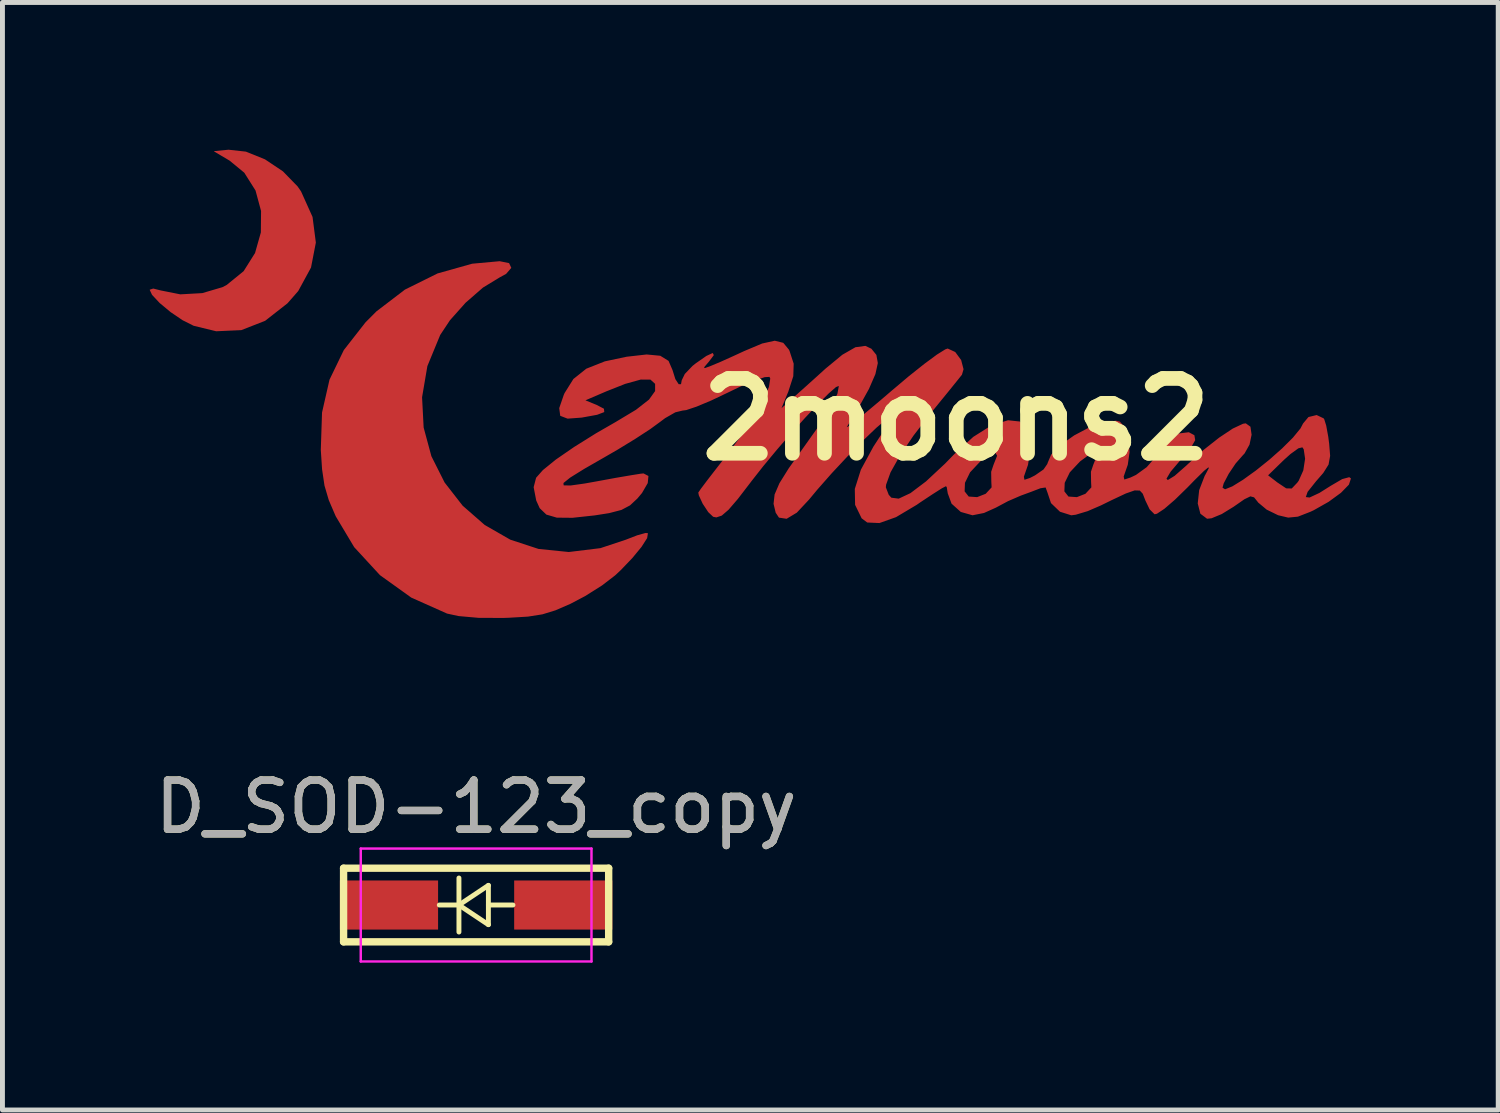
<source format=kicad_pcb>
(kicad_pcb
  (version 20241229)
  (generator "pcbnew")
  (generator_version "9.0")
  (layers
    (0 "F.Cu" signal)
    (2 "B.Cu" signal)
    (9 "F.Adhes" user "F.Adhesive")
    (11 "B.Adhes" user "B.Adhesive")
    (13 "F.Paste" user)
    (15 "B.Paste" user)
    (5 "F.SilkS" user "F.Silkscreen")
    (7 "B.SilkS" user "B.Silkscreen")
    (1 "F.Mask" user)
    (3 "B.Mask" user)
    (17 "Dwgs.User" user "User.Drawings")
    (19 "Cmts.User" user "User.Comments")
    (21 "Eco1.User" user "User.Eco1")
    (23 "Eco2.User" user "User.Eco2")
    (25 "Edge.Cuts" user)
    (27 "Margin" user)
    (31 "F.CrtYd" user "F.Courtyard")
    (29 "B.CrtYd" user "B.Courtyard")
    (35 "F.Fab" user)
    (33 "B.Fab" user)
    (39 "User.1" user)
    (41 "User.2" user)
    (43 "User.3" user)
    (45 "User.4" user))
  (footprint "D_SOD-123_copy"
    (layer "F.Cu")
    (at 6.649 15.386)
    (property "Reference" "D_SOD-123_copy" (at 0 -2 0) (layer "F.SilkS") (effects (font (size 1 1) (thickness 0.15))))
    (attr smd)
    (fp_line (start -2.7 -0.75) (end -2.7 0.75) (stroke (width 0.15) (type solid)) (layer "F.SilkS"))
    (fp_line (start -2.7 -0.75) (end 2.7 -0.75) (stroke (width 0.15) (type solid)) (layer "F.SilkS"))
    (fp_line (start -2.7 0.75) (end 2.7 0.75) (stroke (width 0.15) (type solid)) (layer "F.SilkS"))
    (fp_line (start -0.75 0) (end -0.35 0) (stroke (width 0.1) (type solid)) (layer "F.SilkS"))
    (fp_line (start -0.35 0) (end -0.35 -0.55) (stroke (width 0.1) (type solid)) (layer "F.SilkS"))
    (fp_line (start -0.35 0) (end -0.35 0.55) (stroke (width 0.1) (type solid)) (layer "F.SilkS"))
    (fp_line (start -0.35 0) (end 0.25 -0.4) (stroke (width 0.1) (type solid)) (layer "F.SilkS"))
    (fp_line (start 0.25 -0.4) (end 0.25 0.4) (stroke (width 0.1) (type solid)) (layer "F.SilkS"))
    (fp_line (start 0.25 0) (end 0.75 0) (stroke (width 0.1) (type solid)) (layer "F.SilkS"))
    (fp_line (start 0.25 0.4) (end -0.35 0) (stroke (width 0.1) (type solid)) (layer "F.SilkS"))
    (fp_line (start 2.7 -0.75) (end 2.7 0.75) (stroke (width 0.15) (type solid)) (layer "F.SilkS"))
    (fp_line (start -2.35 -1.15) (end -2.35 1.15) (stroke (width 0.05) (type solid)) (layer "F.CrtYd"))
    (fp_line (start -2.35 -1.15) (end 2.35 -1.15) (stroke (width 0.05) (type solid)) (layer "F.CrtYd"))
    (fp_line (start 2.35 -1.15) (end 2.35 1.15) (stroke (width 0.05) (type solid)) (layer "F.CrtYd"))
    (fp_line (start 2.35 1.15) (end -2.35 1.15) (stroke (width 0.05) (type solid)) (layer "F.CrtYd"))
    (fp_text user "${REFERENCE}" (at 0 -2 0) (layer "F.Fab") (effects (font (size 1 1) (thickness 0.15))))
    (pad "1" smd rect (at -1.775 0) (size 2 1) (layers "F.Cu" "F.Mask" "F.Paste"))
    (pad "2" smd rect (at 1.775 0) (size 2 1) (layers "F.Cu" "F.Mask" "F.Paste")))
  (footprint "2moons2"
    (layer "F.Cu")
    (at 16.43 5.494)
    (property "Reference" "2moons2" (at 0 0 0) (layer "F.SilkS") (effects (font (size 1.524 1.524) (thickness 0.3))))
    (attr through_hole)
    (pad "1" smd custom (at -13.716 -3.81) (size 0.5 0.5) (layers "F.Cu" "F.Mask" "F.Paste") (options (anchor circle)) (primitives (gr_poly (pts (xy -0.755 -1.64) (xy -0.369 -1.484) (xy -0.003 -1.239) (xy 0.294 -0.934) (xy 0.364 -0.833) (xy 0.598 -0.313) (xy 0.665 0.208) (xy 0.567 0.714) (xy 0.307 1.192) (xy 0.089 1.441) (xy -0.366 1.797) (xy -0.849 1.986) (xy -1.36 2.009) (xy -1.819 1.897) (xy -2.042 1.785) (xy -2.287 1.619) (xy -2.508 1.435) (xy -2.663 1.269) (xy -2.709 1.171) (xy -2.642 1.149) (xy -2.492 1.187) (xy -2.091 1.267) (xy -1.643 1.242) (xy -1.232 1.121) (xy -1.145 1.076) (xy -0.797 0.793) (xy -0.564 0.422) (xy -0.445 0.001) (xy -0.441 -0.437) (xy -0.554 -0.855) (xy -0.784 -1.219) (xy -1.084 -1.466) (xy -1.397 -1.651) (xy -1.108 -1.679) (xy -0.755 -1.64)) (width 0.01) (fill yes))))
    (pad "1" smd custom (at -11.227 -1.575) (size 0.5 0.5) (layers "F.Cu" "F.Mask" "F.Paste") (options (anchor circle)) (primitives (gr_poly (pts (xy 2.114 -1.605) (xy 2.157 -1.513) (xy 2.053 -1.393) (xy 1.921 -1.321) (xy 1.583 -1.115) (xy 1.228 -0.806) (xy 0.909 -0.448) (xy 0.71 -0.148) (xy 0.448 0.488) (xy 0.34 1.123) (xy 0.372 1.741) (xy 0.53 2.326) (xy 0.8 2.863) (xy 1.168 3.336) (xy 1.619 3.73) (xy 2.14 4.029) (xy 2.716 4.218) (xy 3.334 4.281) (xy 3.979 4.202) (xy 4.494 4.031) (xy 4.73 3.94) (xy 4.895 3.894) (xy 4.94 3.896) (xy 4.925 3.991) (xy 4.811 4.169) (xy 4.624 4.396) (xy 4.388 4.642) (xy 4.277 4.746) (xy 4.009 4.952) (xy 3.665 5.169) (xy 3.363 5.328) (xy 3.061 5.459) (xy 2.794 5.541) (xy 2.501 5.587) (xy 2.117 5.61) (xy 1.998 5.614) (xy 1.497 5.612) (xy 1.09 5.576) (xy 0.855 5.525) (xy 0.127 5.2) (xy -0.509 4.744) (xy -1.034 4.174) (xy -1.41 3.545) (xy -1.551 3.217) (xy -1.638 2.922) (xy -1.687 2.592) (xy -1.713 2.197) (xy -1.688 1.435) (xy -1.536 0.767) (xy -1.245 0.165) (xy -0.803 -0.4) (xy -0.583 -0.621) (xy -0.002 -1.065) (xy 0.662 -1.394) (xy 1.366 -1.592) (xy 1.925 -1.643) (xy 2.114 -1.605)) (width 0.01) (fill yes))))
    (pad "1" smd custom (at -3.912 -1.219) (size 0.5 0.5) (layers "F.Cu" "F.Mask" "F.Paste") (options (anchor circle)) (primitives (gr_poly (pts (xy 0.385 -0.337) (xy 0.499 -0.199) (xy 0.511 -0.174) (xy 0.595 0.084) (xy 0.587 0.338) (xy 0.484 0.657) (xy 0.474 0.68) (xy 0.339 1.008) (xy 0.58 0.793) (xy 0.772 0.621) (xy 1.029 0.39) (xy 1.251 0.189) (xy 1.595 -0.095) (xy 1.86 -0.247) (xy 2.06 -0.274) (xy 2.18 -0.217) (xy 2.28 -0.093) (xy 2.309 0.071) (xy 2.26 0.294) (xy 2.128 0.597) (xy 1.904 1) (xy 1.672 1.383) (xy 1.706 1.372) (xy 1.847 1.266) (xy 2.077 1.08) (xy 2.377 0.828) (xy 2.594 0.642) (xy 2.947 0.344) (xy 3.265 0.091) (xy 3.521 -0.098) (xy 3.691 -0.204) (xy 3.737 -0.22) (xy 3.888 -0.15) (xy 4.007 0.012) (xy 4.055 0.196) (xy 4.023 0.306) (xy 3.936 0.415) (xy 3.769 0.622) (xy 3.549 0.892) (xy 3.386 1.092) (xy 3.038 1.544) (xy 2.761 1.952) (xy 2.569 2.294) (xy 2.478 2.546) (xy 2.472 2.602) (xy 2.532 2.757) (xy 2.587 2.818) (xy 2.74 2.838) (xy 2.981 2.725) (xy 3.299 2.485) (xy 3.686 2.124) (xy 3.869 1.936) (xy 4.262 1.578) (xy 4.634 1.343) (xy 4.967 1.241) (xy 5.209 1.267) (xy 5.315 1.388) (xy 5.384 1.614) (xy 5.405 1.886) (xy 5.369 2.141) (xy 5.355 2.181) (xy 5.284 2.385) (xy 5.297 2.455) (xy 5.415 2.416) (xy 5.52 2.362) (xy 5.693 2.242) (xy 5.774 2.125) (xy 5.774 2.116) (xy 5.849 1.939) (xy 6.044 1.741) (xy 6.316 1.549) (xy 6.622 1.387) (xy 6.92 1.279) (xy 7.166 1.251) (xy 7.241 1.267) (xy 7.347 1.388) (xy 7.416 1.614) (xy 7.437 1.886) (xy 7.401 2.141) (xy 7.387 2.181) (xy 7.317 2.382) (xy 7.332 2.45) (xy 7.461 2.408) (xy 7.575 2.354) (xy 7.795 2.195) (xy 7.999 1.961) (xy 8.043 1.891) (xy 8.231 1.652) (xy 8.446 1.51) (xy 8.648 1.485) (xy 8.758 1.544) (xy 8.774 1.641) (xy 8.679 1.806) (xy 8.49 2.027) (xy 8.275 2.28) (xy 8.188 2.427) (xy 8.22 2.46) (xy 8.362 2.373) (xy 8.605 2.16) (xy 8.634 2.132) (xy 8.954 1.843) (xy 9.27 1.594) (xy 9.548 1.409) (xy 9.755 1.312) (xy 9.808 1.304) (xy 9.9 1.37) (xy 9.923 1.531) (xy 9.881 1.73) (xy 9.781 1.909) (xy 9.745 1.947) (xy 9.6 2.112) (xy 9.457 2.325) (xy 9.355 2.52) (xy 9.33 2.612) (xy 9.387 2.648) (xy 9.538 2.587) (xy 9.757 2.452) (xy 9.887 2.358) (xy 10.257 2.358) (xy 10.45 2.507) (xy 10.631 2.628) (xy 10.748 2.631) (xy 10.863 2.51) (xy 10.892 2.47) (xy 10.986 2.259) (xy 11.023 2.02) (xy 10.995 1.827) (xy 10.965 1.782) (xy 10.879 1.803) (xy 10.717 1.92) (xy 10.582 2.041) (xy 10.257 2.358) (xy 9.887 2.358) (xy 10.018 2.264) (xy 10.292 2.044) (xy 10.553 1.813) (xy 10.774 1.593) (xy 10.928 1.405) (xy 10.981 1.304) (xy 11.089 1.175) (xy 11.253 1.135) (xy 11.392 1.201) (xy 11.403 1.217) (xy 11.443 1.345) (xy 11.485 1.575) (xy 11.503 1.713) (xy 11.523 1.962) (xy 11.491 2.137) (xy 11.384 2.307) (xy 11.236 2.477) (xy 11.065 2.692) (xy 11.026 2.805) (xy 11.11 2.815) (xy 11.313 2.72) (xy 11.54 2.577) (xy 11.776 2.439) (xy 11.917 2.401) (xy 11.946 2.423) (xy 11.906 2.545) (xy 11.745 2.71) (xy 11.496 2.892) (xy 11.192 3.064) (xy 11.126 3.095) (xy 10.87 3.195) (xy 10.674 3.214) (xy 10.47 3.166) (xy 10.237 3.052) (xy 10.065 2.908) (xy 10.057 2.896) (xy 9.981 2.802) (xy 9.903 2.781) (xy 9.779 2.841) (xy 9.563 2.991) (xy 9.557 2.995) (xy 9.318 3.142) (xy 9.111 3.228) (xy 9.022 3.237) (xy 8.889 3.137) (xy 8.836 2.93) (xy 8.865 2.661) (xy 8.976 2.373) (xy 8.995 2.339) (xy 9.061 2.214) (xy 9.052 2.185) (xy 8.957 2.262) (xy 8.765 2.451) (xy 8.618 2.602) (xy 8.366 2.848) (xy 8.149 3.035) (xy 7.997 3.136) (xy 7.953 3.146) (xy 7.855 3.048) (xy 7.765 2.86) (xy 7.764 2.855) (xy 7.715 2.73) (xy 7.653 2.663) (xy 7.545 2.66) (xy 7.364 2.723) (xy 7.079 2.857) (xy 6.855 2.967) (xy 6.586 3.083) (xy 6.346 3.155) (xy 6.255 3.167) (xy 6.027 3.095) (xy 5.846 2.921) (xy 5.774 2.706) (xy 5.767 2.686) (xy 6.109 2.686) (xy 6.195 2.795) (xy 6.37 2.807) (xy 6.546 2.738) (xy 6.669 2.605) (xy 6.663 2.487) (xy 6.66 2.286) (xy 6.706 2.149) (xy 6.781 1.959) (xy 6.743 1.89) (xy 6.602 1.944) (xy 6.43 2.071) (xy 6.221 2.294) (xy 6.116 2.509) (xy 6.109 2.686) (xy 5.767 2.686) (xy 5.735 2.6) (xy 5.626 2.616) (xy 5.439 2.688) (xy 5.224 2.767) (xy 4.963 2.88) (xy 4.716 3.012) (xy 4.475 3.12) (xy 4.246 3.166) (xy 4.242 3.166) (xy 4.006 3.099) (xy 3.82 2.932) (xy 3.742 2.72) (xy 3.742 2.715) (xy 3.737 2.686) (xy 4.077 2.686) (xy 4.163 2.795) (xy 4.338 2.807) (xy 4.514 2.738) (xy 4.637 2.605) (xy 4.631 2.487) (xy 4.628 2.286) (xy 4.674 2.149) (xy 4.749 1.959) (xy 4.711 1.89) (xy 4.57 1.944) (xy 4.398 2.071) (xy 4.189 2.294) (xy 4.084 2.509) (xy 4.077 2.686) (xy 3.737 2.686) (xy 3.722 2.593) (xy 3.701 2.574) (xy 3.616 2.618) (xy 3.429 2.737) (xy 3.175 2.905) (xy 3.103 2.955) (xy 2.683 3.205) (xy 2.346 3.325) (xy 2.1 3.314) (xy 1.988 3.23) (xy 1.856 2.958) (xy 1.85 2.635) (xy 1.973 2.246) (xy 2.228 1.776) (xy 2.341 1.602) (xy 2.517 1.334) (xy 2.602 1.187) (xy 2.602 1.144) (xy 2.523 1.186) (xy 2.486 1.212) (xy 2.285 1.382) (xy 2.009 1.646) (xy 1.693 1.968) (xy 1.37 2.314) (xy 1.076 2.648) (xy 0.909 2.849) (xy 0.661 3.114) (xy 0.455 3.238) (xy 0.303 3.215) (xy 0.238 3.117) (xy 0.195 2.938) (xy 0.216 2.749) (xy 0.314 2.521) (xy 0.501 2.221) (xy 0.724 1.907) (xy 1.096 1.384) (xy 1.352 0.982) (xy 1.495 0.7) (xy 1.525 0.537) (xy 1.523 0.531) (xy 1.46 0.555) (xy 1.31 0.686) (xy 1.093 0.902) (xy 0.83 1.182) (xy 0.542 1.501) (xy 0.25 1.838) (xy -0.025 2.17) (xy -0.264 2.474) (xy -0.275 2.489) (xy -0.539 2.833) (xy -0.73 3.055) (xy -0.868 3.174) (xy -0.975 3.21) (xy -1.038 3.198) (xy -1.136 3.105) (xy -1.249 2.934) (xy -1.327 2.766) (xy -1.338 2.71) (xy -1.289 2.638) (xy -1.156 2.461) (xy -0.961 2.209) (xy -0.777 1.973) (xy -0.468 1.559) (xy -0.211 1.169) (xy -0.017 0.827) (xy 0.101 0.558) (xy 0.128 0.385) (xy 0.11 0.347) (xy 0.009 0.353) (xy -0.206 0.425) (xy -0.501 0.551) (xy -0.741 0.667) (xy -1.082 0.829) (xy -1.378 0.953) (xy -1.59 1.024) (xy -1.666 1.034) (xy -1.814 1.07) (xy -2.022 1.189) (xy -2.119 1.262) (xy -2.323 1.411) (xy -2.63 1.611) (xy -2.99 1.831) (xy -3.239 1.975) (xy -3.671 2.223) (xy -3.956 2.4) (xy -4.095 2.512) (xy -4.091 2.567) (xy -3.945 2.57) (xy -3.66 2.53) (xy -3.392 2.482) (xy -3.029 2.415) (xy -2.724 2.363) (xy -2.518 2.33) (xy -2.46 2.324) (xy -2.364 2.374) (xy -2.378 2.515) (xy -2.494 2.715) (xy -2.587 2.826) (xy -2.737 2.966) (xy -2.911 3.058) (xy -3.16 3.123) (xy -3.453 3.169) (xy -3.906 3.218) (xy -4.224 3.215) (xy -4.436 3.153) (xy -4.57 3.024) (xy -4.64 2.869) (xy -4.692 2.6) (xy -4.643 2.41) (xy -4.506 2.255) (xy -4.241 2.04) (xy -3.871 1.785) (xy -3.421 1.504) (xy -3.023 1.275) (xy -2.609 1.026) (xy -2.344 0.819) (xy -2.218 0.643) (xy -2.218 0.492) (xy -2.316 0.403) (xy -2.516 0.402) (xy -2.833 0.49) (xy -3.217 0.642) (xy -3.655 0.83) (xy -3.416 0.928) (xy -3.27 1.004) (xy -3.264 1.066) (xy -3.406 1.12) (xy -3.708 1.175) (xy -3.72 1.177) (xy -4.005 1.198) (xy -4.151 1.142) (xy -4.171 0.989) (xy -4.078 0.719) (xy -4.063 0.685) (xy -3.884 0.399) (xy -3.622 0.19) (xy -3.246 0.041) (xy -2.803 -0.053) (xy -2.395 -0.099) (xy -2.119 -0.073) (xy -1.953 0.03) (xy -1.873 0.215) (xy -1.815 0.4) (xy -1.745 0.507) (xy -1.691 0.506) (xy -1.676 0.424) (xy -1.614 0.296) (xy -1.457 0.132) (xy -1.393 0.081) (xy -1.176 -0.07) (xy -1.051 -0.128) (xy -1.033 -0.091) (xy -1.13 0.038) (xy -1.234 0.16) (xy -1.21 0.179) (xy -1.08 0.131) (xy -0.889 0.051) (xy -0.616 -0.072) (xy -0.406 -0.169) (xy -0.04 -0.323) (xy 0.215 -0.379) (xy 0.385 -0.337)) (width 0.01) (fill yes)))))
  (gr_rect
    (start -3 -3)
    (end 27.47 19.561)
    (stroke (width 0.1) (type default))
    (fill no)
    (layer "Edge.Cuts")))
</source>
